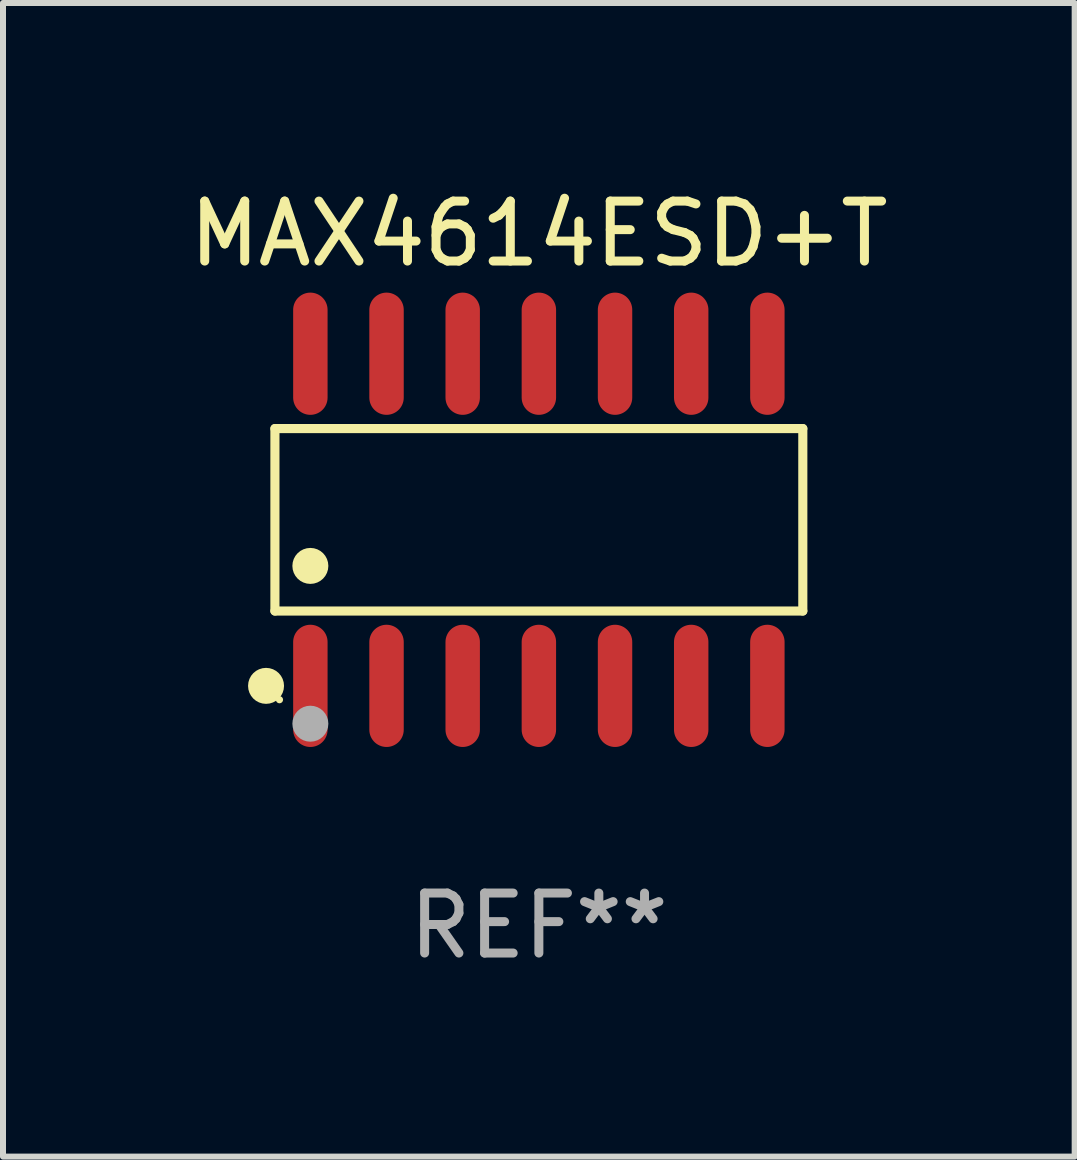
<source format=kicad_pcb>
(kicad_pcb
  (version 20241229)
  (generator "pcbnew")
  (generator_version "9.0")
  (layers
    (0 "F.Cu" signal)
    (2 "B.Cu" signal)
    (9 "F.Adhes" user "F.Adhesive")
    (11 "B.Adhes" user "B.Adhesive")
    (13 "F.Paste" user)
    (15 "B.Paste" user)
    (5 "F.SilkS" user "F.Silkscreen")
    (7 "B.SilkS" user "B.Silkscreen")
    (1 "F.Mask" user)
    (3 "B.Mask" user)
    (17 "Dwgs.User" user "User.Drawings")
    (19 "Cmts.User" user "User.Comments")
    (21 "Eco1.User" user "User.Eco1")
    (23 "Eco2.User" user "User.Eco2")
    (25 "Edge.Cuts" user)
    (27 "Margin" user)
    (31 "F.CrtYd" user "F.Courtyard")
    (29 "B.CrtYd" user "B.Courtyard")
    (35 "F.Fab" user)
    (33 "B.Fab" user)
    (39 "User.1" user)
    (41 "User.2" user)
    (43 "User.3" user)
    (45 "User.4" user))
  (footprint "MAX4614ESD+T"
    (layer "F.Cu")
    (at 5.935 5.617)
    (property "Reference" "MAX4614ESD+T" (at 0 -4.769 0) (layer "F.SilkS") (effects (font (size 1 1) (thickness 0.15))))
    (attr through_hole)
    (fp_line (start -4.401 -1.521) (end 4.401 -1.521) (stroke (width 0.152) (type solid)) (layer "F.SilkS"))
    (fp_line (start -4.401 1.521) (end -4.401 -1.521) (stroke (width 0.152) (type solid)) (layer "F.SilkS"))
    (fp_line (start 4.401 -1.521) (end 4.401 1.521) (stroke (width 0.152) (type solid)) (layer "F.SilkS"))
    (fp_line (start 4.401 1.521) (end -4.401 1.521) (stroke (width 0.152) (type solid)) (layer "F.SilkS"))
    (fp_circle (center -4.549 2.769) (end -4.399 2.769) (stroke (width 0.3) (type solid)) (fill no) (layer "F.SilkS"))
    (fp_circle (center -4.325 3) (end -4.295 3) (stroke (width 0.06) (type solid)) (fill no) (layer "F.SilkS"))
    (fp_circle (center -3.81 0.769) (end -3.66 0.769) (stroke (width 0.3) (type solid)) (fill no) (layer "F.SilkS"))
    (fp_circle (center -3.81 3.4) (end -3.66 3.4) (stroke (width 0.3) (type solid)) (fill no) (layer "F.Fab"))
    (fp_text user "REF**" (at 0 6.769 0) (layer "F.Fab") (effects (font (size 1 1) (thickness 0.15))))
    (pad "1" smd oval (at -3.81 2.769) (size 0.574 2.038) (layers "F.Cu" "F.Mask" "F.Paste"))
    (pad "2" smd oval (at -2.54 2.769) (size 0.574 2.038) (layers "F.Cu" "F.Mask" "F.Paste"))
    (pad "3" smd oval (at -1.27 2.769) (size 0.574 2.038) (layers "F.Cu" "F.Mask" "F.Paste"))
    (pad "4" smd oval (at 0 2.769) (size 0.574 2.038) (layers "F.Cu" "F.Mask" "F.Paste"))
    (pad "5" smd oval (at 1.27 2.769) (size 0.574 2.038) (layers "F.Cu" "F.Mask" "F.Paste"))
    (pad "6" smd oval (at 2.54 2.769) (size 0.574 2.038) (layers "F.Cu" "F.Mask" "F.Paste"))
    (pad "7" smd oval (at 3.81 2.769) (size 0.574 2.038) (layers "F.Cu" "F.Mask" "F.Paste"))
    (pad "8" smd oval (at 3.81 -2.769) (size 0.574 2.038) (layers "F.Cu" "F.Mask" "F.Paste"))
    (pad "9" smd oval (at 2.54 -2.769) (size 0.574 2.038) (layers "F.Cu" "F.Mask" "F.Paste"))
    (pad "10" smd oval (at 1.27 -2.769) (size 0.574 2.038) (layers "F.Cu" "F.Mask" "F.Paste"))
    (pad "11" smd oval (at 0 -2.769) (size 0.574 2.038) (layers "F.Cu" "F.Mask" "F.Paste"))
    (pad "12" smd oval (at -1.27 -2.769) (size 0.574 2.038) (layers "F.Cu" "F.Mask" "F.Paste"))
    (pad "13" smd oval (at -2.54 -2.769) (size 0.574 2.038) (layers "F.Cu" "F.Mask" "F.Paste"))
    (pad "14" smd oval (at -3.81 -2.769) (size 0.574 2.038) (layers "F.Cu" "F.Mask" "F.Paste")))
  (gr_rect
    (start -3 -3)
    (end 14.869 16.235)
    (stroke (width 0.1) (type default))
    (fill no)
    (layer "Edge.Cuts")))
</source>
